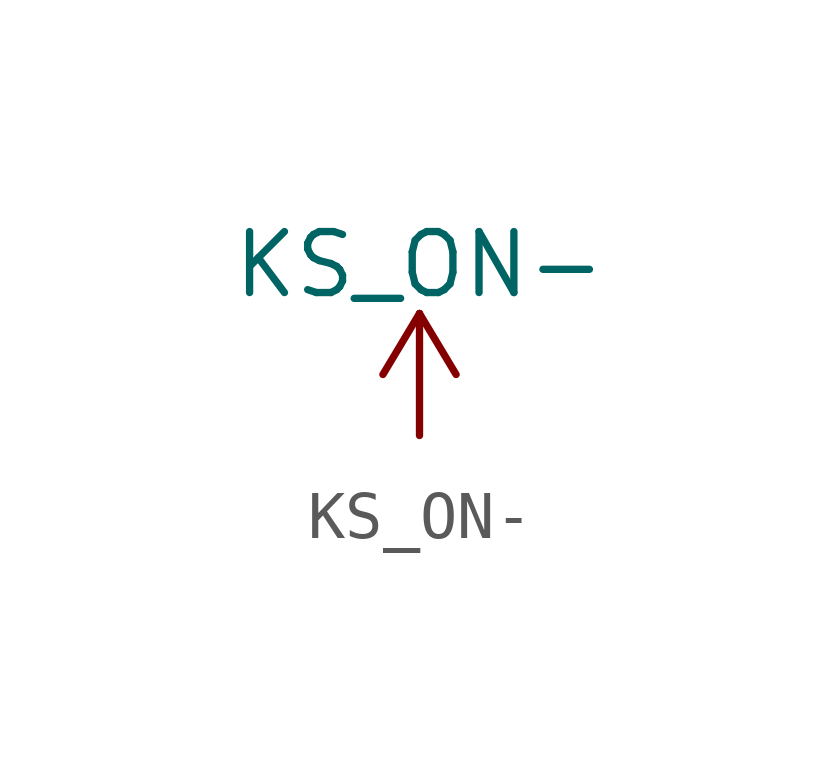
<source format=kicad_sym>
(kicad_symbol_lib
  (version 20211014)
  (generator kicad_symbol_editor)
  (symbol "KS_ON-"
    (power)
    (pin_names
      (offset 0))
    (property "Reference" "#PWR"
      (at 0 -3.81 0)
      (effects (font (size 1.27 1.27)) hide))
    (property "Value" "KS_ON-"
      (at 0 3.556 0)
      (effects (font (size 1.27 1.27))))
    (symbol "KS_ON-_0_1"
      (polyline (pts (xy -0.762 1.27) (xy 0 2.54)) (stroke (width 0) (type default) (color 0 0 0 0)) (fill (type none)))
      (polyline (pts (xy 0 0) (xy 0 2.54)) (stroke (width 0) (type default) (color 0 0 0 0)) (fill (type none)))
      (polyline (pts (xy 0 2.54) (xy 0.762 1.27)) (stroke (width 0) (type default) (color 0 0 0 0)) (fill (type none))))
    (symbol "KS_ON-_1_1"
      (pin power_in line (at 0 0 90) (length 0) hide (name "KS_ON-" (effects (font (size 1.27 1.27)))) (number "1" (effects (font (size 1.27 1.27))))))))
</source>
